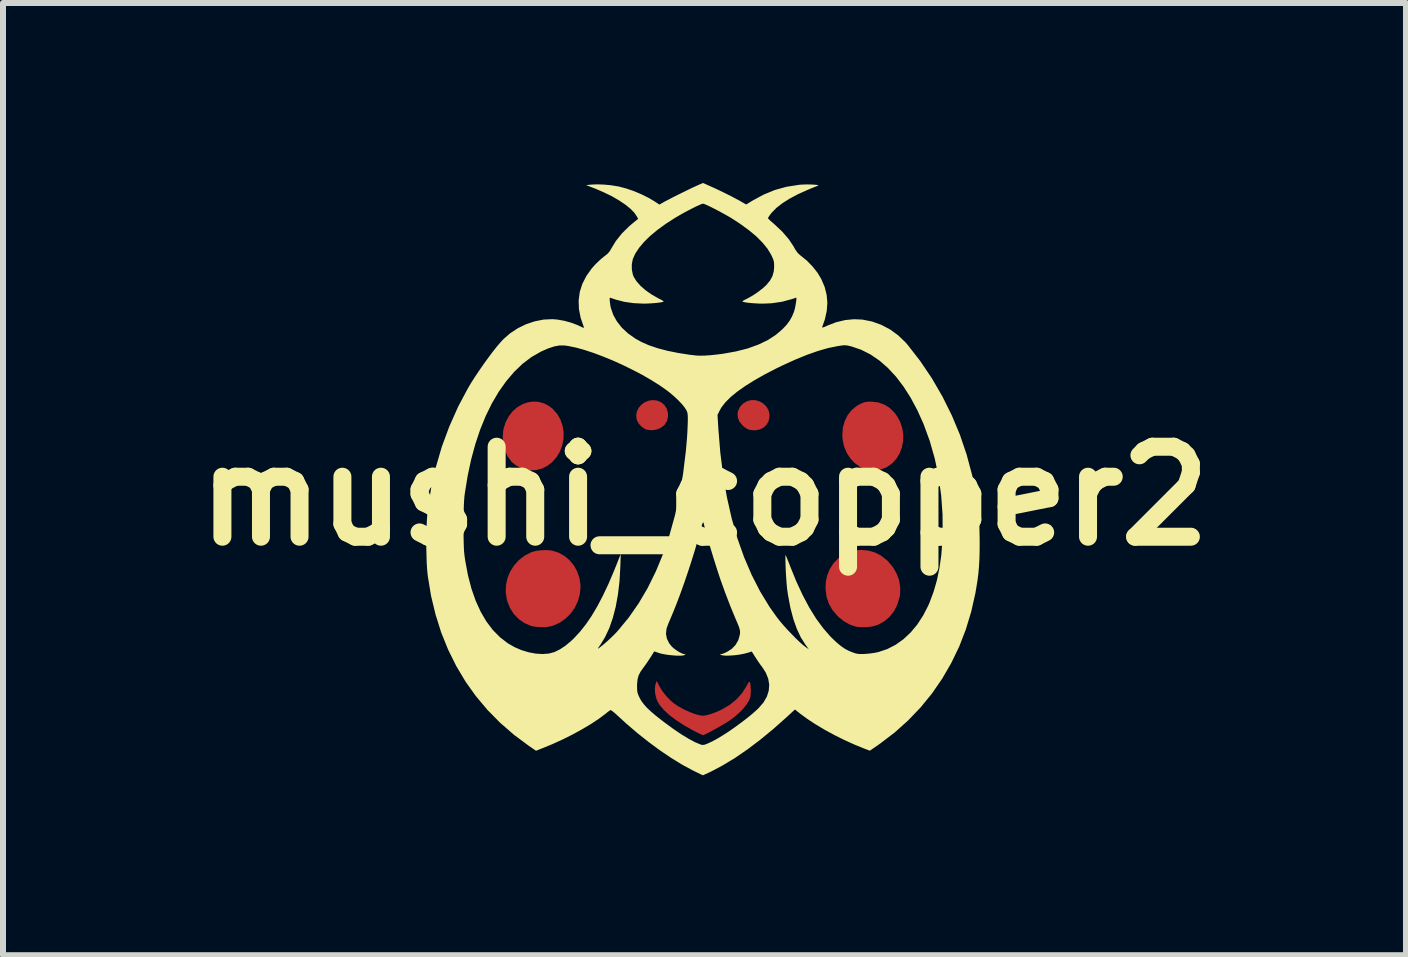
<source format=kicad_pcb>
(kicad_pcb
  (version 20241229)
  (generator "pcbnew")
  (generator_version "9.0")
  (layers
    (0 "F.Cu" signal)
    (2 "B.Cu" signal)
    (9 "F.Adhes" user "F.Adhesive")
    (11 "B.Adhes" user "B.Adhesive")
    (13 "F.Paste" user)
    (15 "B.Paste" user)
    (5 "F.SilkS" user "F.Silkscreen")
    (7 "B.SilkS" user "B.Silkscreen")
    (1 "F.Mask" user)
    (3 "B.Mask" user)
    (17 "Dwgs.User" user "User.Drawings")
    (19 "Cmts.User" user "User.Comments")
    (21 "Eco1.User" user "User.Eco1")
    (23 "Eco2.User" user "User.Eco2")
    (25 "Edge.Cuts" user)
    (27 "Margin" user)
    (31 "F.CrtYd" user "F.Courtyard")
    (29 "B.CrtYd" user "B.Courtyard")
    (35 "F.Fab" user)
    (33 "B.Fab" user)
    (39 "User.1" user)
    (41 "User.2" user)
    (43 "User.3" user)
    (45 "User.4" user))
  (footprint "mushi_copper2"
    (layer "F.Cu")
    (at 8.693 5.218)
    (property "Reference" "mushi_copper2" (at 0 0 0) (layer "F.SilkS") (effects (font (size 1.5 1.5) (thickness 0.3))))
    (attr board_only exclude_from_pos_files exclude_from_bom)
    (fp_poly (pts (xy -0.79 -1.591) (xy -0.725 -1.564) (xy -0.669 -1.518) (xy -0.631 -1.459) (xy -0.61 -1.393) (xy -0.608 -1.323) (xy -0.624 -1.256) (xy -0.66 -1.194) (xy -0.682 -1.17) (xy -0.743 -1.129) (xy -0.814 -1.104) (xy -0.89 -1.096) (xy -0.962 -1.106) (xy -0.991 -1.116) (xy -1.046 -1.153) (xy -1.094 -1.204) (xy -1.126 -1.262) (xy -1.131 -1.277) (xy -1.138 -1.348) (xy -1.125 -1.414) (xy -1.095 -1.474) (xy -1.049 -1.525) (xy -0.993 -1.564) (xy -0.929 -1.59) (xy -0.86 -1.599)) (stroke (width 0) (type solid)) (fill yes) (layer "F.Cu"))
    (fp_poly (pts (xy 0.846 -1.598) (xy 0.919 -1.577) (xy 0.974 -1.546) (xy 1.03 -1.493) (xy 1.066 -1.433) (xy 1.083 -1.368) (xy 1.082 -1.303) (xy 1.065 -1.241) (xy 1.032 -1.186) (xy 0.985 -1.141) (xy 0.925 -1.11) (xy 0.853 -1.096) (xy 0.832 -1.095) (xy 0.786 -1.099) (xy 0.742 -1.106) (xy 0.729 -1.11) (xy 0.698 -1.126) (xy 0.66 -1.153) (xy 0.63 -1.18) (xy 0.582 -1.241) (xy 0.556 -1.308) (xy 0.551 -1.376) (xy 0.559 -1.417) (xy 0.593 -1.487) (xy 0.643 -1.542) (xy 0.704 -1.579) (xy 0.773 -1.598)) (stroke (width 0) (type solid)) (fill yes) (layer "F.Cu"))
    (fp_poly (pts (xy -2.764 -1.569) (xy -2.673 -1.544) (xy -2.586 -1.497) (xy -2.529 -1.452) (xy -2.455 -1.367) (xy -2.4 -1.272) (xy -2.365 -1.169) (xy -2.348 -1.062) (xy -2.35 -0.953) (xy -2.371 -0.845) (xy -2.409 -0.743) (xy -2.465 -0.648) (xy -2.539 -0.565) (xy -2.622 -0.501) (xy -2.71 -0.458) (xy -2.805 -0.433) (xy -2.902 -0.427) (xy -2.994 -0.44) (xy -3.022 -0.449) (xy -3.088 -0.479) (xy -3.153 -0.519) (xy -3.207 -0.563) (xy -3.217 -0.573) (xy -3.279 -0.657) (xy -3.325 -0.756) (xy -3.354 -0.864) (xy -3.364 -0.978) (xy -3.355 -1.091) (xy -3.348 -1.127) (xy -3.312 -1.236) (xy -3.261 -1.332) (xy -3.197 -1.413) (xy -3.122 -1.479) (xy -3.038 -1.528) (xy -2.949 -1.561) (xy -2.857 -1.575)) (stroke (width 0) (type solid)) (fill yes) (layer "F.Cu"))
    (fp_poly (pts (xy 2.783 -1.573) (xy 2.893 -1.561) (xy 2.994 -1.526) (xy 3.085 -1.47) (xy 3.165 -1.392) (xy 3.206 -1.337) (xy 3.262 -1.236) (xy 3.297 -1.129) (xy 3.313 -1.02) (xy 3.31 -0.911) (xy 3.29 -0.806) (xy 3.252 -0.708) (xy 3.198 -0.62) (xy 3.128 -0.544) (xy 3.043 -0.484) (xy 3.015 -0.47) (xy 2.941 -0.444) (xy 2.858 -0.43) (xy 2.775 -0.428) (xy 2.702 -0.439) (xy 2.689 -0.442) (xy 2.589 -0.487) (xy 2.501 -0.552) (xy 2.426 -0.633) (xy 2.366 -0.728) (xy 2.324 -0.835) (xy 2.301 -0.949) (xy 2.297 -1.021) (xy 2.307 -1.141) (xy 2.338 -1.251) (xy 2.387 -1.349) (xy 2.454 -1.434) (xy 2.538 -1.502) (xy 2.597 -1.535) (xy 2.642 -1.555) (xy 2.68 -1.566) (xy 2.719 -1.572) (xy 2.771 -1.573)) (stroke (width 0) (type solid)) (fill yes) (layer "F.Cu"))
    (fp_poly (pts (xy -2.574 0.905) (xy -2.537 0.911) (xy -2.43 0.945) (xy -2.332 1) (xy -2.247 1.072) (xy -2.176 1.159) (xy -2.121 1.259) (xy -2.084 1.369) (xy -2.067 1.487) (xy -2.066 1.519) (xy -2.078 1.64) (xy -2.111 1.755) (xy -2.163 1.863) (xy -2.232 1.961) (xy -2.317 2.044) (xy -2.414 2.112) (xy -2.521 2.16) (xy -2.557 2.171) (xy -2.622 2.182) (xy -2.7 2.186) (xy -2.781 2.184) (xy -2.854 2.174) (xy -2.893 2.165) (xy -3.001 2.118) (xy -3.097 2.051) (xy -3.178 1.967) (xy -3.242 1.867) (xy -3.287 1.753) (xy -3.295 1.725) (xy -3.313 1.605) (xy -3.309 1.485) (xy -3.284 1.369) (xy -3.239 1.259) (xy -3.175 1.158) (xy -3.095 1.069) (xy -3 0.995) (xy -2.891 0.939) (xy -2.88 0.934) (xy -2.815 0.916) (xy -2.736 0.905) (xy -2.652 0.901)) (stroke (width 0) (type solid)) (fill yes) (layer "F.Cu"))
    (fp_poly (pts (xy 2.731 0.909) (xy 2.839 0.94) (xy 2.94 0.991) (xy 3.035 1.066) (xy 3.058 1.087) (xy 3.14 1.184) (xy 3.202 1.291) (xy 3.244 1.404) (xy 3.263 1.522) (xy 3.26 1.64) (xy 3.252 1.688) (xy 3.215 1.81) (xy 3.16 1.918) (xy 3.088 2.011) (xy 2.999 2.087) (xy 2.896 2.144) (xy 2.847 2.162) (xy 2.784 2.177) (xy 2.706 2.185) (xy 2.625 2.187) (xy 2.549 2.181) (xy 2.511 2.174) (xy 2.42 2.142) (xy 2.328 2.09) (xy 2.24 2.021) (xy 2.217 1.999) (xy 2.134 1.902) (xy 2.074 1.798) (xy 2.036 1.685) (xy 2.019 1.561) (xy 2.018 1.518) (xy 2.024 1.414) (xy 2.047 1.319) (xy 2.087 1.223) (xy 2.091 1.215) (xy 2.153 1.118) (xy 2.233 1.036) (xy 2.327 0.972) (xy 2.432 0.927) (xy 2.545 0.903) (xy 2.611 0.899)) (stroke (width 0) (type solid)) (fill yes) (layer "F.Cu"))
    (fp_poly (pts (xy -0.757 3.161) (xy -0.705 3.248) (xy -0.637 3.335) (xy -0.56 3.414) (xy -0.509 3.457) (xy -0.432 3.508) (xy -0.341 3.558) (xy -0.244 3.602) (xy -0.152 3.636) (xy -0.118 3.645) (xy -0.072 3.657) (xy -0.039 3.662) (xy -0.01 3.661) (xy 0.026 3.655) (xy 0.068 3.645) (xy 0.122 3.628) (xy 0.186 3.604) (xy 0.252 3.576) (xy 0.286 3.56) (xy 0.419 3.482) (xy 0.533 3.389) (xy 0.629 3.282) (xy 0.7 3.169) (xy 0.722 3.127) (xy 0.737 3.104) (xy 0.747 3.097) (xy 0.755 3.102) (xy 0.758 3.106) (xy 0.764 3.129) (xy 0.769 3.168) (xy 0.771 3.217) (xy 0.772 3.239) (xy 0.771 3.295) (xy 0.767 3.336) (xy 0.758 3.37) (xy 0.742 3.406) (xy 0.735 3.421) (xy 0.697 3.481) (xy 0.642 3.548) (xy 0.575 3.617) (xy 0.499 3.683) (xy 0.419 3.742) (xy 0.413 3.746) (xy 0.364 3.777) (xy 0.306 3.812) (xy 0.243 3.848) (xy 0.179 3.885) (xy 0.117 3.918) (xy 0.062 3.948) (xy 0.017 3.97) (xy -0.013 3.983) (xy -0.024 3.986) (xy -0.041 3.98) (xy -0.075 3.965) (xy -0.121 3.943) (xy -0.174 3.916) (xy -0.182 3.912) (xy -0.336 3.825) (xy -0.47 3.738) (xy -0.584 3.653) (xy -0.675 3.569) (xy -0.744 3.488) (xy -0.785 3.421) (xy -0.808 3.357) (xy -0.823 3.285) (xy -0.827 3.214) (xy -0.82 3.151) (xy -0.812 3.124) (xy -0.795 3.083)) (stroke (width 0) (type solid)) (fill yes) (layer "F.Cu"))
    (fp_poly (pts (xy -0.79 -1.591) (xy -0.725 -1.564) (xy -0.669 -1.518) (xy -0.631 -1.459) (xy -0.61 -1.393) (xy -0.608 -1.323) (xy -0.624 -1.256) (xy -0.66 -1.194) (xy -0.682 -1.17) (xy -0.743 -1.129) (xy -0.814 -1.104) (xy -0.89 -1.096) (xy -0.962 -1.106) (xy -0.991 -1.116) (xy -1.046 -1.153) (xy -1.094 -1.204) (xy -1.126 -1.262) (xy -1.131 -1.277) (xy -1.138 -1.348) (xy -1.125 -1.414) (xy -1.095 -1.474) (xy -1.049 -1.525) (xy -0.993 -1.564) (xy -0.929 -1.59) (xy -0.86 -1.599)) (stroke (width 0) (type solid)) (fill yes) (layer "F.Mask"))
    (fp_poly (pts (xy 0.846 -1.598) (xy 0.919 -1.577) (xy 0.974 -1.546) (xy 1.03 -1.493) (xy 1.066 -1.433) (xy 1.083 -1.368) (xy 1.082 -1.303) (xy 1.065 -1.241) (xy 1.032 -1.186) (xy 0.985 -1.141) (xy 0.925 -1.11) (xy 0.853 -1.096) (xy 0.832 -1.095) (xy 0.786 -1.099) (xy 0.742 -1.106) (xy 0.729 -1.11) (xy 0.698 -1.126) (xy 0.66 -1.153) (xy 0.63 -1.18) (xy 0.582 -1.241) (xy 0.556 -1.308) (xy 0.551 -1.376) (xy 0.559 -1.417) (xy 0.593 -1.487) (xy 0.643 -1.542) (xy 0.704 -1.579) (xy 0.773 -1.598)) (stroke (width 0) (type solid)) (fill yes) (layer "F.Mask"))
    (fp_poly (pts (xy -2.764 -1.569) (xy -2.673 -1.544) (xy -2.586 -1.497) (xy -2.529 -1.452) (xy -2.455 -1.367) (xy -2.4 -1.272) (xy -2.365 -1.169) (xy -2.348 -1.062) (xy -2.35 -0.953) (xy -2.371 -0.845) (xy -2.409 -0.743) (xy -2.465 -0.648) (xy -2.539 -0.565) (xy -2.622 -0.501) (xy -2.71 -0.458) (xy -2.805 -0.433) (xy -2.902 -0.427) (xy -2.994 -0.44) (xy -3.022 -0.449) (xy -3.088 -0.479) (xy -3.153 -0.519) (xy -3.207 -0.563) (xy -3.217 -0.573) (xy -3.279 -0.657) (xy -3.325 -0.756) (xy -3.354 -0.864) (xy -3.364 -0.978) (xy -3.355 -1.091) (xy -3.348 -1.127) (xy -3.312 -1.236) (xy -3.261 -1.332) (xy -3.197 -1.413) (xy -3.122 -1.479) (xy -3.038 -1.528) (xy -2.949 -1.561) (xy -2.857 -1.575)) (stroke (width 0) (type solid)) (fill yes) (layer "F.Mask"))
    (fp_poly (pts (xy 2.783 -1.573) (xy 2.893 -1.561) (xy 2.994 -1.526) (xy 3.085 -1.47) (xy 3.165 -1.392) (xy 3.206 -1.337) (xy 3.262 -1.236) (xy 3.297 -1.129) (xy 3.313 -1.02) (xy 3.31 -0.911) (xy 3.29 -0.806) (xy 3.252 -0.708) (xy 3.198 -0.62) (xy 3.128 -0.544) (xy 3.043 -0.484) (xy 3.015 -0.47) (xy 2.941 -0.444) (xy 2.858 -0.43) (xy 2.775 -0.428) (xy 2.702 -0.439) (xy 2.689 -0.442) (xy 2.589 -0.487) (xy 2.501 -0.552) (xy 2.426 -0.633) (xy 2.366 -0.728) (xy 2.324 -0.835) (xy 2.301 -0.949) (xy 2.297 -1.021) (xy 2.307 -1.141) (xy 2.338 -1.251) (xy 2.387 -1.349) (xy 2.454 -1.434) (xy 2.538 -1.502) (xy 2.597 -1.535) (xy 2.642 -1.555) (xy 2.68 -1.566) (xy 2.719 -1.572) (xy 2.771 -1.573)) (stroke (width 0) (type solid)) (fill yes) (layer "F.Mask"))
    (fp_poly (pts (xy -2.574 0.905) (xy -2.537 0.911) (xy -2.43 0.945) (xy -2.332 1) (xy -2.247 1.072) (xy -2.176 1.159) (xy -2.121 1.259) (xy -2.084 1.369) (xy -2.067 1.487) (xy -2.066 1.519) (xy -2.078 1.64) (xy -2.111 1.755) (xy -2.163 1.863) (xy -2.232 1.961) (xy -2.317 2.044) (xy -2.414 2.112) (xy -2.521 2.16) (xy -2.557 2.171) (xy -2.622 2.182) (xy -2.7 2.186) (xy -2.781 2.184) (xy -2.854 2.174) (xy -2.893 2.165) (xy -3.001 2.118) (xy -3.097 2.051) (xy -3.178 1.967) (xy -3.242 1.867) (xy -3.287 1.753) (xy -3.295 1.725) (xy -3.313 1.605) (xy -3.309 1.485) (xy -3.284 1.369) (xy -3.239 1.259) (xy -3.175 1.158) (xy -3.095 1.069) (xy -3 0.995) (xy -2.891 0.939) (xy -2.88 0.934) (xy -2.815 0.916) (xy -2.736 0.905) (xy -2.652 0.901)) (stroke (width 0) (type solid)) (fill yes) (layer "F.Mask"))
    (fp_poly (pts (xy 2.731 0.909) (xy 2.839 0.94) (xy 2.94 0.991) (xy 3.035 1.066) (xy 3.058 1.087) (xy 3.14 1.184) (xy 3.202 1.291) (xy 3.244 1.404) (xy 3.263 1.522) (xy 3.26 1.64) (xy 3.252 1.688) (xy 3.215 1.81) (xy 3.16 1.918) (xy 3.088 2.011) (xy 2.999 2.087) (xy 2.896 2.144) (xy 2.847 2.162) (xy 2.784 2.177) (xy 2.706 2.185) (xy 2.625 2.187) (xy 2.549 2.181) (xy 2.511 2.174) (xy 2.42 2.142) (xy 2.328 2.09) (xy 2.24 2.021) (xy 2.217 1.999) (xy 2.134 1.902) (xy 2.074 1.798) (xy 2.036 1.685) (xy 2.019 1.561) (xy 2.018 1.518) (xy 2.024 1.414) (xy 2.047 1.319) (xy 2.087 1.223) (xy 2.091 1.215) (xy 2.153 1.118) (xy 2.233 1.036) (xy 2.327 0.972) (xy 2.432 0.927) (xy 2.545 0.903) (xy 2.611 0.899)) (stroke (width 0) (type solid)) (fill yes) (layer "F.Mask"))
    (fp_poly (pts (xy -0.757 3.161) (xy -0.705 3.248) (xy -0.637 3.335) (xy -0.56 3.414) (xy -0.509 3.457) (xy -0.432 3.508) (xy -0.341 3.558) (xy -0.244 3.602) (xy -0.152 3.636) (xy -0.118 3.645) (xy -0.072 3.657) (xy -0.039 3.662) (xy -0.01 3.661) (xy 0.026 3.655) (xy 0.068 3.645) (xy 0.122 3.628) (xy 0.186 3.604) (xy 0.252 3.576) (xy 0.286 3.56) (xy 0.419 3.482) (xy 0.533 3.389) (xy 0.629 3.282) (xy 0.7 3.169) (xy 0.722 3.127) (xy 0.737 3.104) (xy 0.747 3.097) (xy 0.755 3.102) (xy 0.758 3.106) (xy 0.764 3.129) (xy 0.769 3.168) (xy 0.771 3.217) (xy 0.772 3.239) (xy 0.771 3.295) (xy 0.767 3.336) (xy 0.758 3.37) (xy 0.742 3.406) (xy 0.735 3.421) (xy 0.697 3.481) (xy 0.642 3.548) (xy 0.575 3.617) (xy 0.499 3.683) (xy 0.419 3.742) (xy 0.413 3.746) (xy 0.364 3.777) (xy 0.306 3.812) (xy 0.243 3.848) (xy 0.179 3.885) (xy 0.117 3.918) (xy 0.062 3.948) (xy 0.017 3.97) (xy -0.013 3.983) (xy -0.024 3.986) (xy -0.041 3.98) (xy -0.075 3.965) (xy -0.121 3.943) (xy -0.174 3.916) (xy -0.182 3.912) (xy -0.336 3.825) (xy -0.47 3.738) (xy -0.584 3.653) (xy -0.675 3.569) (xy -0.744 3.488) (xy -0.785 3.421) (xy -0.808 3.357) (xy -0.823 3.285) (xy -0.827 3.214) (xy -0.82 3.151) (xy -0.812 3.124) (xy -0.795 3.083)) (stroke (width 0) (type solid)) (fill yes) (layer "F.Mask"))
    (fp_poly (pts (xy 0.094 -5.165) (xy 0.172 -5.13) (xy 0.259 -5.089) (xy 0.351 -5.044) (xy 0.441 -4.999) (xy 0.522 -4.956) (xy 0.59 -4.92) (xy 0.612 -4.907) (xy 0.695 -4.859) (xy 0.796 -4.921) (xy 0.981 -5.022) (xy 1.17 -5.1) (xy 1.364 -5.154) (xy 1.566 -5.186) (xy 1.592 -5.189) (xy 1.647 -5.192) (xy 1.705 -5.194) (xy 1.761 -5.193) (xy 1.813 -5.191) (xy 1.855 -5.188) (xy 1.884 -5.184) (xy 1.897 -5.178) (xy 1.889 -5.172) (xy 1.889 -5.172) (xy 1.869 -5.164) (xy 1.831 -5.149) (xy 1.781 -5.129) (xy 1.724 -5.105) (xy 1.712 -5.1) (xy 1.554 -5.029) (xy 1.416 -4.955) (xy 1.296 -4.879) (xy 1.199 -4.803) (xy 1.123 -4.726) (xy 1.106 -4.705) (xy 1.081 -4.671) (xy 1.064 -4.644) (xy 1.057 -4.631) (xy 1.066 -4.62) (xy 1.09 -4.596) (xy 1.125 -4.565) (xy 1.164 -4.531) (xy 1.295 -4.408) (xy 1.404 -4.282) (xy 1.489 -4.154) (xy 1.51 -4.114) (xy 1.554 -4.051) (xy 1.597 -4.012) (xy 1.705 -3.925) (xy 1.802 -3.825) (xy 1.886 -3.719) (xy 1.947 -3.616) (xy 2.003 -3.485) (xy 2.036 -3.355) (xy 2.048 -3.222) (xy 2.038 -3.086) (xy 2.006 -2.942) (xy 1.962 -2.817) (xy 1.963 -2.809) (xy 1.977 -2.81) (xy 2.006 -2.821) (xy 2.054 -2.843) (xy 2.057 -2.844) (xy 2.198 -2.898) (xy 2.346 -2.933) (xy 2.493 -2.947) (xy 2.631 -2.941) (xy 2.792 -2.909) (xy 2.946 -2.854) (xy 3.091 -2.778) (xy 3.225 -2.681) (xy 3.347 -2.565) (xy 3.383 -2.524) (xy 3.596 -2.25) (xy 3.791 -1.961) (xy 3.966 -1.659) (xy 4.122 -1.345) (xy 4.257 -1.023) (xy 4.369 -0.693) (xy 4.459 -0.357) (xy 4.514 -0.087) (xy 4.537 0.052) (xy 4.555 0.178) (xy 4.568 0.298) (xy 4.578 0.418) (xy 4.583 0.545) (xy 4.586 0.686) (xy 4.587 0.778) (xy 4.586 0.928) (xy 4.582 1.06) (xy 4.575 1.18) (xy 4.565 1.295) (xy 4.55 1.411) (xy 4.53 1.534) (xy 4.515 1.622) (xy 4.446 1.928) (xy 4.356 2.224) (xy 4.246 2.509) (xy 4.114 2.782) (xy 3.963 3.043) (xy 3.793 3.29) (xy 3.603 3.523) (xy 3.395 3.74) (xy 3.17 3.942) (xy 2.927 4.127) (xy 2.882 4.159) (xy 2.756 4.245) (xy 2.651 4.205) (xy 2.492 4.14) (xy 2.327 4.065) (xy 2.163 3.983) (xy 2.003 3.896) (xy 1.852 3.806) (xy 1.715 3.716) (xy 1.595 3.628) (xy 1.577 3.614) (xy 1.508 3.558) (xy 1.365 3.69) (xy 1.146 3.884) (xy 0.93 4.062) (xy 0.717 4.223) (xy 0.51 4.365) (xy 0.309 4.487) (xy 0.117 4.589) (xy 0.115 4.59) (xy 0.063 4.615) (xy 0.019 4.635) (xy -0.012 4.649) (xy -0.026 4.655) (xy -0.027 4.655) (xy -0.04 4.649) (xy -0.071 4.635) (xy -0.115 4.613) (xy -0.17 4.586) (xy -0.203 4.57) (xy -0.376 4.476) (xy -0.558 4.364) (xy -0.746 4.237) (xy -0.935 4.097) (xy -1.123 3.948) (xy -1.306 3.791) (xy -1.437 3.671) (xy -1.494 3.619) (xy -1.536 3.585) (xy -1.562 3.569) (xy -1.57 3.569) (xy -1.587 3.581) (xy -1.617 3.603) (xy -1.65 3.63) (xy -1.762 3.714) (xy -1.894 3.801) (xy -2.042 3.889) (xy -2.201 3.976) (xy -2.369 4.06) (xy -2.541 4.138) (xy -2.689 4.199) (xy -2.808 4.246) (xy -2.927 4.165) (xy -3.176 3.98) (xy -3.406 3.78) (xy -3.618 3.565) (xy -3.811 3.335) (xy -3.931 3.167) (xy -1.124 3.167) (xy -1.123 3.222) (xy -1.12 3.262) (xy -1.111 3.296) (xy -1.095 3.335) (xy -1.079 3.369) (xy -1.049 3.421) (xy -1.01 3.473) (xy -0.96 3.529) (xy -0.896 3.589) (xy -0.817 3.657) (xy -0.719 3.734) (xy -0.664 3.776) (xy -0.517 3.884) (xy -0.385 3.973) (xy -0.267 4.045) (xy -0.163 4.101) (xy -0.073 4.139) (xy -0.049 4.147) (xy -0.027 4.149) (xy -0.002 4.146) (xy 0.031 4.135) (xy 0.076 4.115) (xy 0.128 4.091) (xy 0.206 4.049) (xy 0.298 3.994) (xy 0.399 3.929) (xy 0.504 3.856) (xy 0.609 3.779) (xy 0.71 3.702) (xy 0.801 3.627) (xy 0.88 3.557) (xy 0.906 3.531) (xy 0.985 3.439) (xy 1.04 3.343) (xy 1.071 3.245) (xy 1.079 3.145) (xy 1.062 3.044) (xy 1.022 2.944) (xy 0.965 2.856) (xy 0.928 2.806) (xy 0.887 2.747) (xy 0.85 2.69) (xy 0.846 2.684) (xy 0.788 2.592) (xy 0.718 2.614) (xy 0.654 2.63) (xy 0.581 2.644) (xy 0.504 2.654) (xy 0.429 2.659) (xy 0.362 2.661) (xy 0.308 2.657) (xy 0.273 2.649) (xy 0.257 2.641) (xy 0.263 2.639) (xy 0.272 2.638) (xy 0.294 2.633) (xy 0.33 2.619) (xy 0.37 2.601) (xy 0.453 2.549) (xy 0.518 2.482) (xy 0.564 2.402) (xy 0.589 2.312) (xy 0.591 2.293) (xy 0.593 2.268) (xy 0.591 2.243) (xy 0.585 2.216) (xy 0.574 2.18) (xy 0.555 2.133) (xy 0.528 2.069) (xy 0.516 2.042) (xy 0.429 1.831) (xy 0.346 1.615) (xy 0.264 1.387) (xy 0.231 1.287) (xy 0.207 1.213) (xy 0.18 1.128) (xy 0.151 1.036) (xy 0.122 0.94) (xy 0.093 0.844) (xy 0.066 0.752) (xy 0.042 0.667) (xy 0.021 0.593) (xy 0.005 0.533) (xy -0.005 0.492) (xy -0.006 0.483) (xy -0.014 0.454) (xy -0.022 0.438) (xy -0.024 0.438) (xy -0.03 0.449) (xy -0.041 0.478) (xy -0.054 0.522) (xy -0.067 0.568) (xy -0.111 0.731) (xy -0.161 0.905) (xy -0.217 1.085) (xy -0.277 1.269) (xy -0.339 1.451) (xy -0.402 1.627) (xy -0.465 1.794) (xy -0.526 1.946) (xy -0.583 2.081) (xy -0.6 2.119) (xy -0.633 2.211) (xy -0.642 2.297) (xy -0.627 2.377) (xy -0.589 2.454) (xy -0.55 2.504) (xy -0.515 2.537) (xy -0.469 2.571) (xy -0.42 2.602) (xy -0.374 2.625) (xy -0.337 2.637) (xy -0.329 2.637) (xy -0.316 2.639) (xy -0.325 2.648) (xy -0.328 2.649) (xy -0.356 2.658) (xy -0.402 2.661) (xy -0.462 2.661) (xy -0.53 2.656) (xy -0.601 2.649) (xy -0.67 2.638) (xy -0.732 2.625) (xy -0.77 2.613) (xy -0.838 2.59) (xy -0.895 2.682) (xy -0.932 2.738) (xy -0.973 2.799) (xy -1.012 2.852) (xy -1.015 2.856) (xy -1.064 2.925) (xy -1.097 2.987) (xy -1.115 3.052) (xy -1.123 3.125) (xy -1.124 3.167) (xy -3.931 3.167) (xy -3.985 3.09) (xy -4.139 2.832) (xy -4.274 2.559) (xy -4.389 2.274) (xy -4.483 1.975) (xy -4.558 1.664) (xy -4.611 1.341) (xy -4.614 1.319) (xy -4.623 1.228) (xy -4.63 1.119) (xy -4.634 0.996) (xy -4.637 0.864) (xy -4.637 0.729) (xy -4.635 0.595) (xy -4.632 0.517) (xy -4.016 0.517) (xy -4.016 0.63) (xy -4.015 0.724) (xy -4.013 0.8) (xy -4.011 0.864) (xy -4.008 0.92) (xy -4.003 0.97) (xy -3.997 1.019) (xy -3.989 1.072) (xy -3.988 1.079) (xy -3.943 1.32) (xy -3.885 1.543) (xy -3.814 1.746) (xy -3.731 1.928) (xy -3.636 2.091) (xy -3.528 2.233) (xy -3.409 2.354) (xy -3.278 2.455) (xy -3.166 2.519) (xy -3.05 2.569) (xy -2.931 2.605) (xy -2.812 2.627) (xy -2.699 2.634) (xy -2.595 2.626) (xy -2.504 2.602) (xy -2.497 2.599) (xy -2.406 2.554) (xy -2.316 2.494) (xy -2.223 2.416) (xy -2.175 2.37) (xy -2.074 2.261) (xy -1.976 2.137) (xy -1.881 1.998) (xy -1.788 1.841) (xy -1.696 1.666) (xy -1.603 1.47) (xy -1.51 1.252) (xy -1.468 1.148) (xy -1.396 0.966) (xy -1.403 1.179) (xy -1.416 1.415) (xy -1.442 1.637) (xy -1.479 1.843) (xy -1.528 2.032) (xy -1.587 2.202) (xy -1.658 2.353) (xy -1.735 2.479) (xy -1.762 2.517) (xy -1.775 2.538) (xy -1.776 2.544) (xy -1.765 2.538) (xy -1.756 2.532) (xy -1.693 2.483) (xy -1.621 2.421) (xy -1.548 2.353) (xy -1.478 2.283) (xy -1.439 2.24) (xy -1.261 2.024) (xy -1.097 1.788) (xy -0.947 1.533) (xy -0.812 1.259) (xy -0.691 0.967) (xy -0.585 0.656) (xy -0.494 0.329) (xy -0.417 -0.016) (xy -0.356 -0.377) (xy -0.31 -0.755) (xy -0.292 -0.96) (xy -0.287 -1.036) (xy -0.283 -1.118) (xy -0.28 -1.195) (xy -0.278 -1.252) (xy -0.278 -1.313) (xy -0.28 -1.352) (xy 0.217 -1.352) (xy 0.23 -1.135) (xy 0.263 -0.729) (xy 0.311 -0.342) (xy 0.375 0.026) (xy 0.454 0.376) (xy 0.549 0.707) (xy 0.66 1.02) (xy 0.786 1.314) (xy 0.927 1.59) (xy 1.084 1.848) (xy 1.208 2.023) (xy 1.258 2.086) (xy 1.318 2.157) (xy 1.384 2.23) (xy 1.454 2.303) (xy 1.522 2.373) (xy 1.586 2.434) (xy 1.641 2.483) (xy 1.681 2.514) (xy 1.74 2.555) (xy 1.683 2.478) (xy 1.606 2.357) (xy 1.539 2.214) (xy 1.481 2.05) (xy 1.432 1.864) (xy 1.393 1.655) (xy 1.379 1.561) (xy 1.374 1.517) (xy 1.369 1.459) (xy 1.364 1.393) (xy 1.359 1.321) (xy 1.355 1.247) (xy 1.352 1.176) (xy 1.35 1.111) (xy 1.349 1.055) (xy 1.349 1.013) (xy 1.35 0.989) (xy 1.352 0.984) (xy 1.358 0.997) (xy 1.372 1.029) (xy 1.39 1.075) (xy 1.413 1.132) (xy 1.427 1.169) (xy 1.53 1.423) (xy 1.637 1.653) (xy 1.747 1.86) (xy 1.861 2.044) (xy 1.979 2.204) (xy 2.1 2.343) (xy 2.121 2.364) (xy 2.201 2.44) (xy 2.272 2.499) (xy 2.339 2.546) (xy 2.408 2.582) (xy 2.479 2.61) (xy 2.52 2.624) (xy 2.557 2.631) (xy 2.597 2.634) (xy 2.649 2.633) (xy 2.68 2.632) (xy 2.746 2.626) (xy 2.818 2.617) (xy 2.881 2.605) (xy 2.899 2.601) (xy 3.045 2.552) (xy 3.184 2.481) (xy 3.315 2.388) (xy 3.436 2.275) (xy 3.547 2.142) (xy 3.645 1.991) (xy 3.731 1.824) (xy 3.75 1.78) (xy 3.819 1.596) (xy 3.874 1.405) (xy 3.916 1.203) (xy 3.947 0.988) (xy 3.965 0.755) (xy 3.97 0.626) (xy 3.968 0.305) (xy 3.945 -0.011) (xy 3.902 -0.323) (xy 3.838 -0.626) (xy 3.754 -0.92) (xy 3.651 -1.202) (xy 3.549 -1.428) (xy 3.438 -1.636) (xy 3.319 -1.823) (xy 3.192 -1.99) (xy 3.057 -2.135) (xy 2.916 -2.258) (xy 2.768 -2.359) (xy 2.614 -2.437) (xy 2.455 -2.492) (xy 2.43 -2.498) (xy 2.39 -2.508) (xy 2.358 -2.512) (xy 2.326 -2.513) (xy 2.287 -2.509) (xy 2.234 -2.501) (xy 2.215 -2.498) (xy 2.059 -2.466) (xy 1.889 -2.417) (xy 1.705 -2.352) (xy 1.504 -2.27) (xy 1.288 -2.171) (xy 1.197 -2.127) (xy 1.004 -2.027) (xy 0.831 -1.929) (xy 0.678 -1.833) (xy 0.546 -1.74) (xy 0.436 -1.65) (xy 0.349 -1.563) (xy 0.284 -1.48) (xy 0.256 -1.431) (xy 0.217 -1.352) (xy -0.28 -1.352) (xy -0.28 -1.356) (xy -0.285 -1.389) (xy -0.295 -1.416) (xy -0.303 -1.432) (xy -0.333 -1.479) (xy -0.379 -1.535) (xy -0.438 -1.597) (xy -0.506 -1.661) (xy -0.578 -1.722) (xy -0.625 -1.759) (xy -0.749 -1.846) (xy -0.888 -1.933) (xy -1.038 -2.02) (xy -1.197 -2.103) (xy -1.36 -2.183) (xy -1.526 -2.258) (xy -1.69 -2.325) (xy -1.849 -2.385) (xy -2.001 -2.435) (xy -2.141 -2.474) (xy -2.268 -2.5) (xy -2.335 -2.51) (xy -2.416 -2.51) (xy -2.507 -2.493) (xy -2.609 -2.459) (xy -2.725 -2.408) (xy -2.728 -2.406) (xy -2.885 -2.316) (xy -3.034 -2.203) (xy -3.174 -2.068) (xy -3.306 -1.913) (xy -3.429 -1.739) (xy -3.543 -1.546) (xy -3.646 -1.336) (xy -3.739 -1.108) (xy -3.82 -0.865) (xy -3.89 -0.607) (xy -3.948 -0.335) (xy -3.994 -0.05) (xy -4.001 0) (xy -4.006 0.063) (xy -4.011 0.149) (xy -4.014 0.258) (xy -4.016 0.387) (xy -4.016 0.517) (xy -4.632 0.517) (xy -4.631 0.468) (xy -4.624 0.353) (xy -4.616 0.255) (xy -4.614 0.237) (xy -4.558 -0.124) (xy -4.479 -0.477) (xy -4.378 -0.823) (xy -4.253 -1.16) (xy -4.107 -1.488) (xy -3.952 -1.78) (xy -3.896 -1.876) (xy -3.83 -1.98) (xy -3.757 -2.089) (xy -3.681 -2.199) (xy -3.604 -2.305) (xy -3.529 -2.405) (xy -3.458 -2.495) (xy -3.394 -2.569) (xy -3.353 -2.613) (xy -3.239 -2.713) (xy -3.111 -2.797) (xy -2.973 -2.864) (xy -2.829 -2.912) (xy -2.682 -2.941) (xy -2.535 -2.948) (xy -2.451 -2.941) (xy -2.339 -2.921) (xy -2.225 -2.89) (xy -2.118 -2.85) (xy -2.073 -2.829) (xy -2.036 -2.811) (xy -2.015 -2.804) (xy -2.009 -2.806) (xy -2.011 -2.815) (xy -2.064 -2.969) (xy -2.093 -3.117) (xy -2.098 -3.262) (xy -2.097 -3.266) (xy -1.58 -3.266) (xy -1.576 -3.226) (xy -1.57 -3.18) (xy -1.561 -3.136) (xy -1.521 -3.02) (xy -1.459 -2.909) (xy -1.376 -2.804) (xy -1.272 -2.708) (xy -1.151 -2.623) (xy -1.05 -2.567) (xy -0.927 -2.513) (xy -0.782 -2.464) (xy -0.619 -2.421) (xy -0.441 -2.385) (xy -0.251 -2.355) (xy -0.128 -2.341) (xy -0.069 -2.339) (xy 0.009 -2.341) (xy 0.101 -2.347) (xy 0.203 -2.358) (xy 0.307 -2.371) (xy 0.524 -2.41) (xy 0.721 -2.46) (xy 0.898 -2.524) (xy 1.055 -2.599) (xy 1.19 -2.687) (xy 1.301 -2.782) (xy 1.369 -2.854) (xy 1.419 -2.922) (xy 1.459 -2.993) (xy 1.49 -3.067) (xy 1.501 -3.104) (xy 1.512 -3.15) (xy 1.521 -3.198) (xy 1.528 -3.243) (xy 1.532 -3.28) (xy 1.531 -3.302) (xy 1.529 -3.306) (xy 1.515 -3.302) (xy 1.485 -3.292) (xy 1.451 -3.281) (xy 1.292 -3.238) (xy 1.12 -3.213) (xy 0.977 -3.207) (xy 0.906 -3.208) (xy 0.836 -3.212) (xy 0.769 -3.217) (xy 0.712 -3.223) (xy 0.667 -3.231) (xy 0.639 -3.238) (xy 0.632 -3.244) (xy 0.642 -3.254) (xy 0.668 -3.269) (xy 0.696 -3.282) (xy 0.763 -3.318) (xy 0.838 -3.364) (xy 0.912 -3.416) (xy 0.978 -3.468) (xy 1.03 -3.516) (xy 1.031 -3.517) (xy 1.093 -3.592) (xy 1.133 -3.666) (xy 1.155 -3.746) (xy 1.161 -3.823) (xy 1.16 -3.872) (xy 1.156 -3.909) (xy 1.146 -3.944) (xy 1.129 -3.984) (xy 1.109 -4.025) (xy 1.05 -4.122) (xy 0.968 -4.223) (xy 0.865 -4.327) (xy 0.74 -4.431) (xy 0.596 -4.536) (xy 0.474 -4.616) (xy 0.415 -4.652) (xy 0.348 -4.69) (xy 0.277 -4.729) (xy 0.206 -4.767) (xy 0.138 -4.802) (xy 0.077 -4.832) (xy 0.027 -4.855) (xy -0.009 -4.869) (xy -0.025 -4.873) (xy -0.047 -4.868) (xy -0.086 -4.851) (xy -0.139 -4.827) (xy -0.203 -4.795) (xy -0.273 -4.759) (xy -0.346 -4.72) (xy -0.418 -4.679) (xy -0.486 -4.639) (xy -0.49 -4.637) (xy -0.644 -4.538) (xy -0.783 -4.437) (xy -0.905 -4.336) (xy -1.009 -4.234) (xy -1.092 -4.135) (xy -1.155 -4.039) (xy -1.195 -3.948) (xy -1.196 -3.944) (xy -1.212 -3.862) (xy -1.211 -3.776) (xy -1.195 -3.693) (xy -1.179 -3.652) (xy -1.133 -3.579) (xy -1.068 -3.505) (xy -0.985 -3.432) (xy -0.889 -3.364) (xy -0.784 -3.303) (xy -0.763 -3.292) (xy -0.723 -3.272) (xy -0.694 -3.255) (xy -0.681 -3.245) (xy -0.681 -3.244) (xy -0.692 -3.236) (xy -0.724 -3.229) (xy -0.771 -3.222) (xy -0.83 -3.216) (xy -0.897 -3.211) (xy -0.967 -3.208) (xy -1.023 -3.207) (xy -1.184 -3.215) (xy -1.337 -3.237) (xy -1.476 -3.273) (xy -1.5 -3.281) (xy -1.538 -3.294) (xy -1.565 -3.303) (xy -1.576 -3.306) (xy -1.58 -3.295) (xy -1.58 -3.266) (xy -2.097 -3.266) (xy -2.079 -3.402) (xy -2.036 -3.537) (xy -1.969 -3.668) (xy -1.879 -3.794) (xy -1.82 -3.86) (xy -1.774 -3.905) (xy -1.723 -3.952) (xy -1.677 -3.99) (xy -1.664 -3.999) (xy -1.615 -4.039) (xy -1.58 -4.08) (xy -1.553 -4.126) (xy -1.477 -4.251) (xy -1.379 -4.374) (xy -1.258 -4.494) (xy -1.19 -4.552) (xy -1.106 -4.62) (xy -1.126 -4.658) (xy -1.17 -4.723) (xy -1.236 -4.79) (xy -1.322 -4.859) (xy -1.425 -4.928) (xy -1.544 -4.997) (xy -1.678 -5.062) (xy -1.823 -5.125) (xy -1.853 -5.136) (xy -1.974 -5.183) (xy -1.871 -5.192) (xy -1.78 -5.195) (xy -1.675 -5.191) (xy -1.565 -5.181) (xy -1.458 -5.164) (xy -1.429 -5.159) (xy -1.308 -5.127) (xy -1.178 -5.083) (xy -1.048 -5.028) (xy -0.926 -4.967) (xy -0.829 -4.909) (xy -0.752 -4.858) (xy -0.695 -4.89) (xy -0.654 -4.913) (xy -0.595 -4.943) (xy -0.525 -4.98) (xy -0.447 -5.019) (xy -0.366 -5.059) (xy -0.288 -5.097) (xy -0.217 -5.132) (xy -0.158 -5.159) (xy -0.119 -5.177) (xy -0.025 -5.218)) (stroke (width 0) (type solid)) (fill yes) (layer "F.SilkS")))
  (gr_rect
    (start -3 -3)
    (end 20.386 12.872)
    (stroke (width 0.1) (type default))
    (fill no)
    (layer "Edge.Cuts")))
</source>
